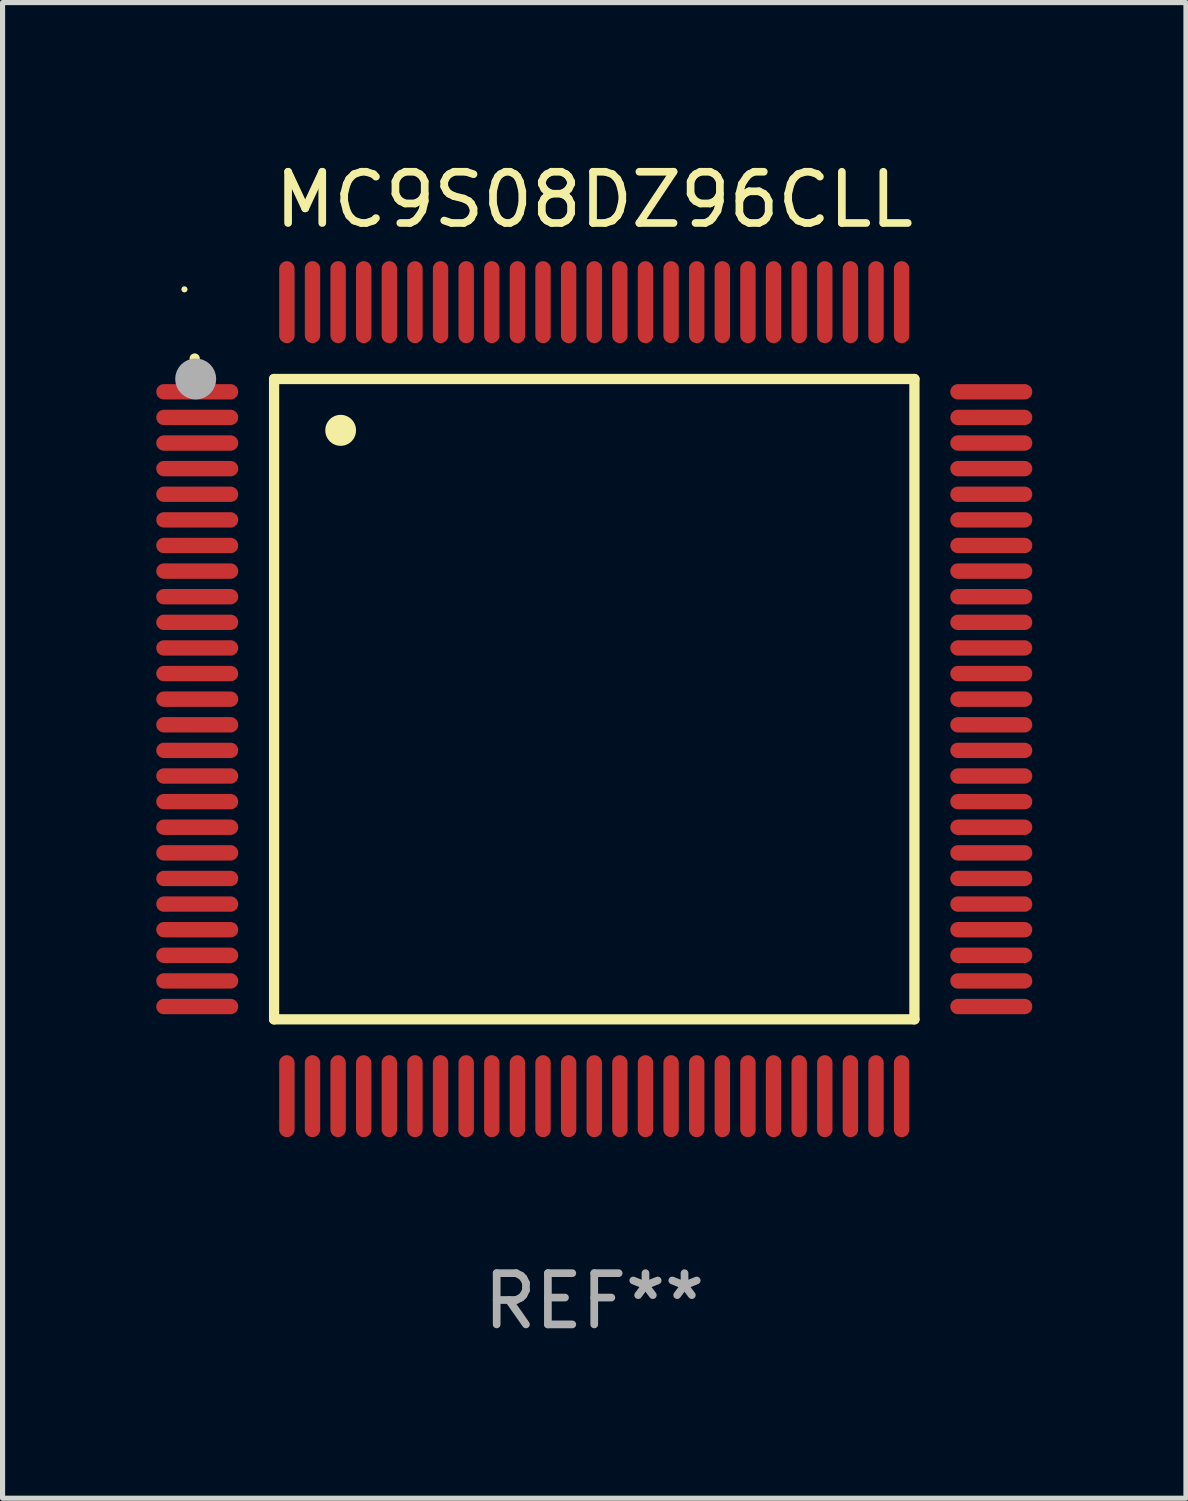
<source format=kicad_pcb>
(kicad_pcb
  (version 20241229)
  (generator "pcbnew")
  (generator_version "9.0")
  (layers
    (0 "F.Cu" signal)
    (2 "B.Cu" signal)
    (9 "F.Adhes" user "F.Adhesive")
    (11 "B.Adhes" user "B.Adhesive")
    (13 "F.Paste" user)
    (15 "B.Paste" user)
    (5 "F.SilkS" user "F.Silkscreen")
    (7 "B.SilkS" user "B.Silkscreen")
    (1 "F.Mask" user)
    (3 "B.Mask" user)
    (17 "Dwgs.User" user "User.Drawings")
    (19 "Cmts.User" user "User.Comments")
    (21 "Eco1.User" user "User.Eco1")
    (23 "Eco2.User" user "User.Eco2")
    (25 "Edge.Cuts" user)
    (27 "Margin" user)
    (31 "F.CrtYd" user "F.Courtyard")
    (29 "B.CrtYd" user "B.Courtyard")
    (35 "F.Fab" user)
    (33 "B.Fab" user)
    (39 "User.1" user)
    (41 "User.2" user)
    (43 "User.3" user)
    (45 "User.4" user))
  (footprint "MC9S08DZ96CLL"
    (layer "F.Cu")
    (at 8.55 10.598)
    (property "Reference" "MC9S08DZ96CLL" (at 0 -9.75 0) (layer "F.SilkS") (effects (font (size 1 1) (thickness 0.15))))
    (attr through_hole)
    (fp_line (start -6.25 -6.25) (end -6.25 6.25) (stroke (width 0.2) (type solid)) (layer "F.SilkS"))
    (fp_line (start -6.25 6.25) (end 6.25 6.25) (stroke (width 0.2) (type solid)) (layer "F.SilkS"))
    (fp_line (start 6.25 -6.25) (end -6.25 -6.25) (stroke (width 0.2) (type solid)) (layer "F.SilkS"))
    (fp_line (start 6.25 6.25) (end 6.25 -6.25) (stroke (width 0.2) (type solid)) (layer "F.SilkS"))
    (fp_arc (start -7.799568 -6.647625) (mid -7.799571 -6.648463) (end -7.799568 -6.649301) (stroke (width 0.2) (type solid)) (layer "F.SilkS"))
    (fp_arc (start -4.95047 -5.245111) (mid -4.950481 -5.247651) (end -4.95047 -5.250191) (stroke (width 0.6) (type solid)) (layer "F.SilkS"))
    (fp_circle (center -8 -8) (end -7.97 -8) (stroke (width 0.06) (type solid)) (fill no) (layer "F.SilkS"))
    (fp_circle (center -7.78 -6.25) (end -7.58 -6.25) (stroke (width 0.4) (type solid)) (fill no) (layer "F.Fab"))
    (fp_text user "REF**" (at 0 11.75 0) (layer "F.Fab") (effects (font (size 1 1) (thickness 0.15))))
    (pad "1" smd oval (at -7.75 -6 90) (size 0.3 1.6) (layers "F.Cu" "F.Mask" "F.Paste"))
    (pad "2" smd oval (at -7.75 -5.5 90) (size 0.3 1.6) (layers "F.Cu" "F.Mask" "F.Paste"))
    (pad "3" smd oval (at -7.75 -5 90) (size 0.3 1.6) (layers "F.Cu" "F.Mask" "F.Paste"))
    (pad "4" smd oval (at -7.75 -4.5 90) (size 0.3 1.6) (layers "F.Cu" "F.Mask" "F.Paste"))
    (pad "5" smd oval (at -7.75 -4 90) (size 0.3 1.6) (layers "F.Cu" "F.Mask" "F.Paste"))
    (pad "6" smd oval (at -7.75 -3.5 90) (size 0.3 1.6) (layers "F.Cu" "F.Mask" "F.Paste"))
    (pad "7" smd oval (at -7.75 -3 90) (size 0.3 1.6) (layers "F.Cu" "F.Mask" "F.Paste"))
    (pad "8" smd oval (at -7.75 -2.5 90) (size 0.3 1.6) (layers "F.Cu" "F.Mask" "F.Paste"))
    (pad "9" smd oval (at -7.75 -2 90) (size 0.3 1.6) (layers "F.Cu" "F.Mask" "F.Paste"))
    (pad "10" smd oval (at -7.75 -1.5 90) (size 0.3 1.6) (layers "F.Cu" "F.Mask" "F.Paste"))
    (pad "11" smd oval (at -7.75 -1 90) (size 0.3 1.6) (layers "F.Cu" "F.Mask" "F.Paste"))
    (pad "12" smd oval (at -7.75 -0.5 90) (size 0.3 1.6) (layers "F.Cu" "F.Mask" "F.Paste"))
    (pad "13" smd oval (at -7.75 0 90) (size 0.3 1.6) (layers "F.Cu" "F.Mask" "F.Paste"))
    (pad "14" smd oval (at -7.75 0.5 90) (size 0.3 1.6) (layers "F.Cu" "F.Mask" "F.Paste"))
    (pad "15" smd oval (at -7.75 1 90) (size 0.3 1.6) (layers "F.Cu" "F.Mask" "F.Paste"))
    (pad "16" smd oval (at -7.75 1.5 90) (size 0.3 1.6) (layers "F.Cu" "F.Mask" "F.Paste"))
    (pad "17" smd oval (at -7.75 2 90) (size 0.3 1.6) (layers "F.Cu" "F.Mask" "F.Paste"))
    (pad "18" smd oval (at -7.75 2.5 90) (size 0.3 1.6) (layers "F.Cu" "F.Mask" "F.Paste"))
    (pad "19" smd oval (at -7.75 3 90) (size 0.3 1.6) (layers "F.Cu" "F.Mask" "F.Paste"))
    (pad "20" smd oval (at -7.75 3.5 90) (size 0.3 1.6) (layers "F.Cu" "F.Mask" "F.Paste"))
    (pad "21" smd oval (at -7.75 4 90) (size 0.3 1.6) (layers "F.Cu" "F.Mask" "F.Paste"))
    (pad "22" smd oval (at -7.75 4.5 90) (size 0.3 1.6) (layers "F.Cu" "F.Mask" "F.Paste"))
    (pad "23" smd oval (at -7.75 5 90) (size 0.3 1.6) (layers "F.Cu" "F.Mask" "F.Paste"))
    (pad "24" smd oval (at -7.75 5.5 90) (size 0.3 1.6) (layers "F.Cu" "F.Mask" "F.Paste"))
    (pad "25" smd oval (at -7.75 6 90) (size 0.3 1.6) (layers "F.Cu" "F.Mask" "F.Paste"))
    (pad "26" smd oval (at -6 7.75) (size 0.3 1.6) (layers "F.Cu" "F.Mask" "F.Paste"))
    (pad "27" smd oval (at -5.5 7.75) (size 0.3 1.6) (layers "F.Cu" "F.Mask" "F.Paste"))
    (pad "28" smd oval (at -5 7.75) (size 0.3 1.6) (layers "F.Cu" "F.Mask" "F.Paste"))
    (pad "29" smd oval (at -4.5 7.75) (size 0.3 1.6) (layers "F.Cu" "F.Mask" "F.Paste"))
    (pad "30" smd oval (at -4 7.75) (size 0.3 1.6) (layers "F.Cu" "F.Mask" "F.Paste"))
    (pad "31" smd oval (at -3.5 7.75) (size 0.3 1.6) (layers "F.Cu" "F.Mask" "F.Paste"))
    (pad "32" smd oval (at -3 7.75) (size 0.3 1.6) (layers "F.Cu" "F.Mask" "F.Paste"))
    (pad "33" smd oval (at -2.5 7.75) (size 0.3 1.6) (layers "F.Cu" "F.Mask" "F.Paste"))
    (pad "34" smd oval (at -2 7.75) (size 0.3 1.6) (layers "F.Cu" "F.Mask" "F.Paste"))
    (pad "35" smd oval (at -1.5 7.75) (size 0.3 1.6) (layers "F.Cu" "F.Mask" "F.Paste"))
    (pad "36" smd oval (at -1 7.75) (size 0.3 1.6) (layers "F.Cu" "F.Mask" "F.Paste"))
    (pad "37" smd oval (at -0.5 7.75) (size 0.3 1.6) (layers "F.Cu" "F.Mask" "F.Paste"))
    (pad "38" smd oval (at 0 7.75) (size 0.3 1.6) (layers "F.Cu" "F.Mask" "F.Paste"))
    (pad "39" smd oval (at 0.5 7.75) (size 0.3 1.6) (layers "F.Cu" "F.Mask" "F.Paste"))
    (pad "40" smd oval (at 1 7.75) (size 0.3 1.6) (layers "F.Cu" "F.Mask" "F.Paste"))
    (pad "41" smd oval (at 1.5 7.75) (size 0.3 1.6) (layers "F.Cu" "F.Mask" "F.Paste"))
    (pad "42" smd oval (at 2 7.75) (size 0.3 1.6) (layers "F.Cu" "F.Mask" "F.Paste"))
    (pad "43" smd oval (at 2.5 7.75) (size 0.3 1.6) (layers "F.Cu" "F.Mask" "F.Paste"))
    (pad "44" smd oval (at 3 7.75) (size 0.3 1.6) (layers "F.Cu" "F.Mask" "F.Paste"))
    (pad "45" smd oval (at 3.5 7.75) (size 0.3 1.6) (layers "F.Cu" "F.Mask" "F.Paste"))
    (pad "46" smd oval (at 4 7.75) (size 0.3 1.6) (layers "F.Cu" "F.Mask" "F.Paste"))
    (pad "47" smd oval (at 4.5 7.75) (size 0.3 1.6) (layers "F.Cu" "F.Mask" "F.Paste"))
    (pad "48" smd oval (at 5 7.75) (size 0.3 1.6) (layers "F.Cu" "F.Mask" "F.Paste"))
    (pad "49" smd oval (at 5.5 7.75) (size 0.3 1.6) (layers "F.Cu" "F.Mask" "F.Paste"))
    (pad "50" smd oval (at 6 7.75) (size 0.3 1.6) (layers "F.Cu" "F.Mask" "F.Paste"))
    (pad "51" smd oval (at 7.75 6 90) (size 0.3 1.6) (layers "F.Cu" "F.Mask" "F.Paste"))
    (pad "52" smd oval (at 7.75 5.5 90) (size 0.3 1.6) (layers "F.Cu" "F.Mask" "F.Paste"))
    (pad "53" smd oval (at 7.75 5 90) (size 0.3 1.6) (layers "F.Cu" "F.Mask" "F.Paste"))
    (pad "54" smd oval (at 7.75 4.5 90) (size 0.3 1.6) (layers "F.Cu" "F.Mask" "F.Paste"))
    (pad "55" smd oval (at 7.75 4 90) (size 0.3 1.6) (layers "F.Cu" "F.Mask" "F.Paste"))
    (pad "56" smd oval (at 7.75 3.5 90) (size 0.3 1.6) (layers "F.Cu" "F.Mask" "F.Paste"))
    (pad "57" smd oval (at 7.75 3 90) (size 0.3 1.6) (layers "F.Cu" "F.Mask" "F.Paste"))
    (pad "58" smd oval (at 7.75 2.5 90) (size 0.3 1.6) (layers "F.Cu" "F.Mask" "F.Paste"))
    (pad "59" smd oval (at 7.75 2 90) (size 0.3 1.6) (layers "F.Cu" "F.Mask" "F.Paste"))
    (pad "60" smd oval (at 7.75 1.5 90) (size 0.3 1.6) (layers "F.Cu" "F.Mask" "F.Paste"))
    (pad "61" smd oval (at 7.75 1 90) (size 0.3 1.6) (layers "F.Cu" "F.Mask" "F.Paste"))
    (pad "62" smd oval (at 7.75 0.5 90) (size 0.3 1.6) (layers "F.Cu" "F.Mask" "F.Paste"))
    (pad "63" smd oval (at 7.75 0 90) (size 0.3 1.6) (layers "F.Cu" "F.Mask" "F.Paste"))
    (pad "64" smd oval (at 7.75 -0.5 90) (size 0.3 1.6) (layers "F.Cu" "F.Mask" "F.Paste"))
    (pad "65" smd oval (at 7.75 -1 90) (size 0.3 1.6) (layers "F.Cu" "F.Mask" "F.Paste"))
    (pad "66" smd oval (at 7.75 -1.5 90) (size 0.3 1.6) (layers "F.Cu" "F.Mask" "F.Paste"))
    (pad "67" smd oval (at 7.75 -2 90) (size 0.3 1.6) (layers "F.Cu" "F.Mask" "F.Paste"))
    (pad "68" smd oval (at 7.75 -2.5 90) (size 0.3 1.6) (layers "F.Cu" "F.Mask" "F.Paste"))
    (pad "69" smd oval (at 7.75 -3 90) (size 0.3 1.6) (layers "F.Cu" "F.Mask" "F.Paste"))
    (pad "70" smd oval (at 7.75 -3.5 90) (size 0.3 1.6) (layers "F.Cu" "F.Mask" "F.Paste"))
    (pad "71" smd oval (at 7.75 -4 90) (size 0.3 1.6) (layers "F.Cu" "F.Mask" "F.Paste"))
    (pad "72" smd oval (at 7.75 -4.5 90) (size 0.3 1.6) (layers "F.Cu" "F.Mask" "F.Paste"))
    (pad "73" smd oval (at 7.75 -5 90) (size 0.3 1.6) (layers "F.Cu" "F.Mask" "F.Paste"))
    (pad "74" smd oval (at 7.75 -5.5 90) (size 0.3 1.6) (layers "F.Cu" "F.Mask" "F.Paste"))
    (pad "75" smd oval (at 7.75 -6 90) (size 0.3 1.6) (layers "F.Cu" "F.Mask" "F.Paste"))
    (pad "76" smd oval (at 6 -7.75) (size 0.3 1.6) (layers "F.Cu" "F.Mask" "F.Paste"))
    (pad "77" smd oval (at 5.5 -7.75) (size 0.3 1.6) (layers "F.Cu" "F.Mask" "F.Paste"))
    (pad "78" smd oval (at 5 -7.75) (size 0.3 1.6) (layers "F.Cu" "F.Mask" "F.Paste"))
    (pad "79" smd oval (at 4.5 -7.75) (size 0.3 1.6) (layers "F.Cu" "F.Mask" "F.Paste"))
    (pad "80" smd oval (at 4 -7.75) (size 0.3 1.6) (layers "F.Cu" "F.Mask" "F.Paste"))
    (pad "81" smd oval (at 3.5 -7.75) (size 0.3 1.6) (layers "F.Cu" "F.Mask" "F.Paste"))
    (pad "82" smd oval (at 3 -7.75) (size 0.3 1.6) (layers "F.Cu" "F.Mask" "F.Paste"))
    (pad "83" smd oval (at 2.5 -7.75) (size 0.3 1.6) (layers "F.Cu" "F.Mask" "F.Paste"))
    (pad "84" smd oval (at 2 -7.75) (size 0.3 1.6) (layers "F.Cu" "F.Mask" "F.Paste"))
    (pad "85" smd oval (at 1.5 -7.75) (size 0.3 1.6) (layers "F.Cu" "F.Mask" "F.Paste"))
    (pad "86" smd oval (at 1 -7.75) (size 0.3 1.6) (layers "F.Cu" "F.Mask" "F.Paste"))
    (pad "87" smd oval (at 0.5 -7.75) (size 0.3 1.6) (layers "F.Cu" "F.Mask" "F.Paste"))
    (pad "88" smd oval (at 0 -7.75) (size 0.3 1.6) (layers "F.Cu" "F.Mask" "F.Paste"))
    (pad "89" smd oval (at -0.5 -7.75) (size 0.3 1.6) (layers "F.Cu" "F.Mask" "F.Paste"))
    (pad "90" smd oval (at -1 -7.75) (size 0.3 1.6) (layers "F.Cu" "F.Mask" "F.Paste"))
    (pad "91" smd oval (at -1.5 -7.75) (size 0.3 1.6) (layers "F.Cu" "F.Mask" "F.Paste"))
    (pad "92" smd oval (at -2 -7.75) (size 0.3 1.6) (layers "F.Cu" "F.Mask" "F.Paste"))
    (pad "93" smd oval (at -2.5 -7.75) (size 0.3 1.6) (layers "F.Cu" "F.Mask" "F.Paste"))
    (pad "94" smd oval (at -3 -7.75) (size 0.3 1.6) (layers "F.Cu" "F.Mask" "F.Paste"))
    (pad "95" smd oval (at -3.5 -7.75) (size 0.3 1.6) (layers "F.Cu" "F.Mask" "F.Paste"))
    (pad "96" smd oval (at -4 -7.75) (size 0.3 1.6) (layers "F.Cu" "F.Mask" "F.Paste"))
    (pad "97" smd oval (at -4.5 -7.75) (size 0.3 1.6) (layers "F.Cu" "F.Mask" "F.Paste"))
    (pad "98" smd oval (at -5 -7.75) (size 0.3 1.6) (layers "F.Cu" "F.Mask" "F.Paste"))
    (pad "99" smd oval (at -5.5 -7.75) (size 0.3 1.6) (layers "F.Cu" "F.Mask" "F.Paste"))
    (pad "100" smd oval (at -6 -7.75) (size 0.3 1.6) (layers "F.Cu" "F.Mask" "F.Paste")))
  (gr_rect
    (start -3 -3)
    (end 20.1 26.196)
    (stroke (width 0.1) (type default))
    (fill no)
    (layer "Edge.Cuts")))
</source>
